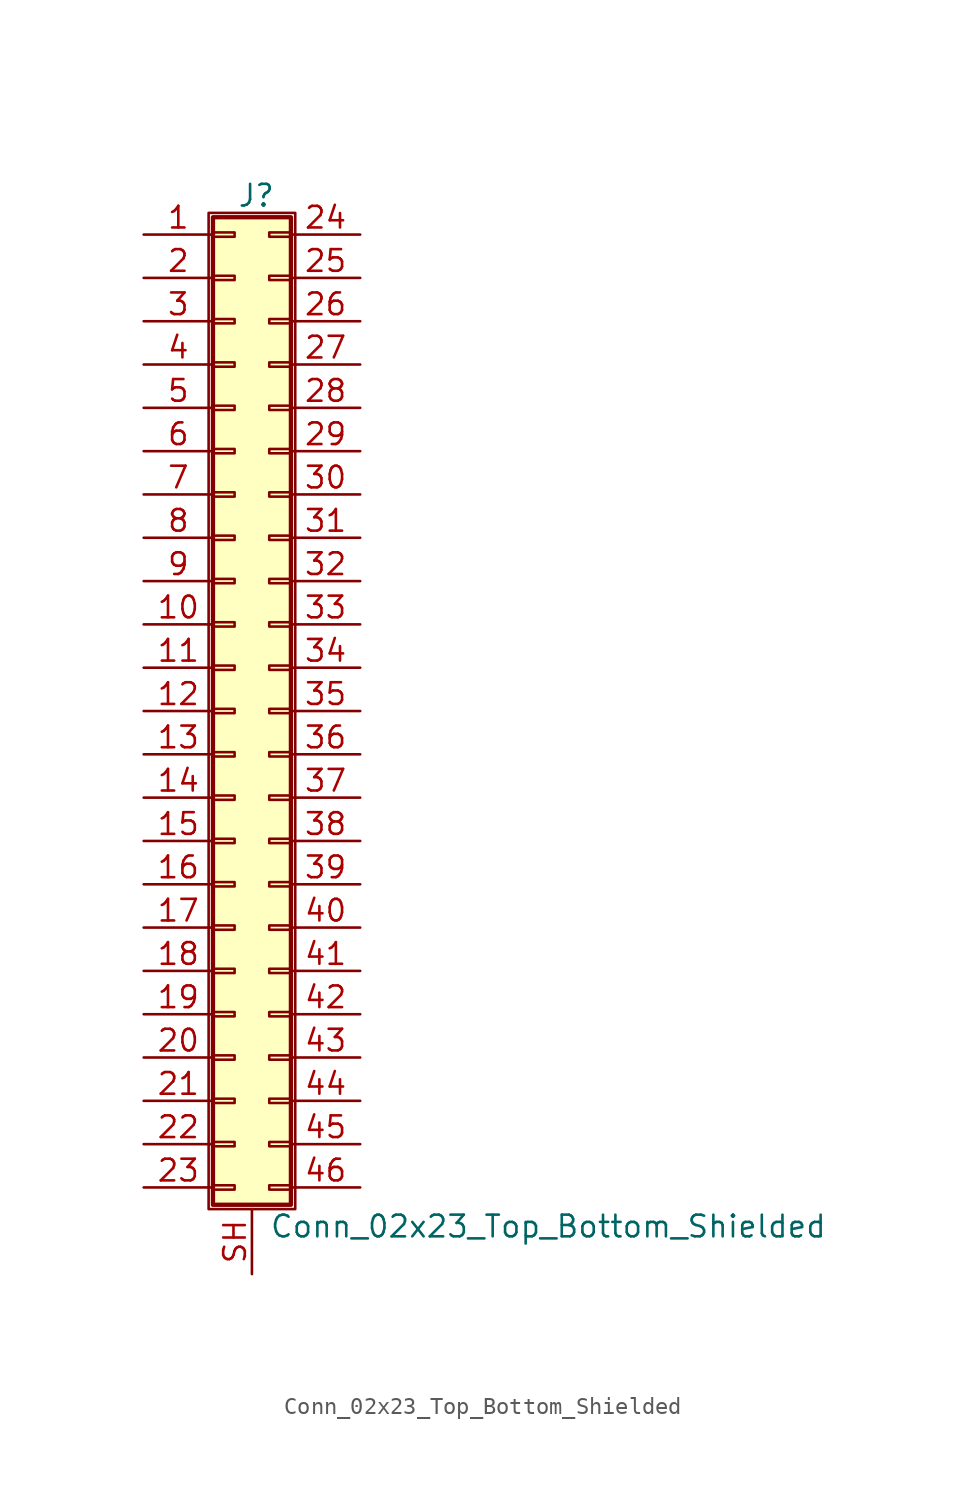
<source format=kicad_sym>
(kicad_symbol_lib
  (version 20201005)
  (generator kicad_symbol_editor)
  (symbol "Connector_Generic_Shielded:Conn_02x23_Top_Bottom_Shielded"
    (pin_names
      (offset 1.016) hide)
    (property "Reference" "J"
      (at 1.524 30.226 0)
      (effects (font (size 1.27 1.27))))
    (property "Value" "Conn_02x23_Top_Bottom_Shielded"
      (at 2.286 -30.226 0)
      (effects (font (size 1.27 1.27)) (justify left)))
    (symbol "Conn_02x23_Top_Bottom_Shielded_1_1"
      (rectangle (start -1.016 -27.813) (end 0.254 -28.067) (stroke (width 0.152)) (fill (type none)))
      (rectangle (start -1.016 -4.953) (end 0.254 -5.207) (stroke (width 0.152)) (fill (type none)))
      (rectangle (start -1.016 -7.493) (end 0.254 -7.747) (stroke (width 0.152)) (fill (type none)))
      (rectangle (start -1.016 -10.033) (end 0.254 -10.287) (stroke (width 0.152)) (fill (type none)))
      (rectangle (start -1.016 -12.573) (end 0.254 -12.827) (stroke (width 0.152)) (fill (type none)))
      (rectangle (start -1.016 -15.113) (end 0.254 -15.367) (stroke (width 0.152)) (fill (type none)))
      (rectangle (start -1.016 -17.653) (end 0.254 -17.907) (stroke (width 0.152)) (fill (type none)))
      (rectangle (start -1.016 -20.193) (end 0.254 -20.447) (stroke (width 0.152)) (fill (type none)))
      (rectangle (start -1.016 -22.733) (end 0.254 -22.987) (stroke (width 0.152)) (fill (type none)))
      (rectangle (start -1.016 -2.413) (end 0.254 -2.667) (stroke (width 0.152)) (fill (type none)))
      (rectangle (start -1.016 -25.273) (end 0.254 -25.527) (stroke (width 0.152)) (fill (type none)))
      (rectangle (start -1.016 25.527) (end 0.254 25.273) (stroke (width 0.152)) (fill (type none)))
      (rectangle (start -1.016 2.667) (end 0.254 2.413) (stroke (width 0.152)) (fill (type none)))
      (rectangle (start -1.016 28.067) (end 0.254 27.813) (stroke (width 0.152)) (fill (type none)))
      (rectangle (start -1.016 28.956) (end 3.556 -28.956) (stroke (width 0.254)) (fill (type background)))
      (rectangle (start -1.016 5.207) (end 0.254 4.953) (stroke (width 0.152)) (fill (type none)))
      (rectangle (start -1.016 7.747) (end 0.254 7.493) (stroke (width 0.152)) (fill (type none)))
      (rectangle (start -1.016 10.287) (end 0.254 10.033) (stroke (width 0.152)) (fill (type none)))
      (rectangle (start -1.016 0.127) (end 0.254 -0.127) (stroke (width 0.152)) (fill (type none)))
      (rectangle (start -1.016 12.827) (end 0.254 12.573) (stroke (width 0.152)) (fill (type none)))
      (rectangle (start -1.016 15.367) (end 0.254 15.113) (stroke (width 0.152)) (fill (type none)))
      (rectangle (start -1.016 17.907) (end 0.254 17.653) (stroke (width 0.152)) (fill (type none)))
      (rectangle (start -1.016 20.447) (end 0.254 20.193) (stroke (width 0.152)) (fill (type none)))
      (rectangle (start -1.016 22.987) (end 0.254 22.733) (stroke (width 0.152)) (fill (type none)))
      (rectangle (start -1.27 29.21) (end 3.81 -29.21) (stroke (width 0.152)) (fill (type none)))
      (rectangle (start 3.556 -27.813) (end 2.286 -28.067) (stroke (width 0.152)) (fill (type none)))
      (rectangle (start 3.556 -4.953) (end 2.286 -5.207) (stroke (width 0.152)) (fill (type none)))
      (rectangle (start 3.556 -7.493) (end 2.286 -7.747) (stroke (width 0.152)) (fill (type none)))
      (rectangle (start 3.556 -10.033) (end 2.286 -10.287) (stroke (width 0.152)) (fill (type none)))
      (rectangle (start 3.556 -12.573) (end 2.286 -12.827) (stroke (width 0.152)) (fill (type none)))
      (rectangle (start 3.556 -15.113) (end 2.286 -15.367) (stroke (width 0.152)) (fill (type none)))
      (rectangle (start 3.556 -17.653) (end 2.286 -17.907) (stroke (width 0.152)) (fill (type none)))
      (rectangle (start 3.556 -20.193) (end 2.286 -20.447) (stroke (width 0.152)) (fill (type none)))
      (rectangle (start 3.556 -22.733) (end 2.286 -22.987) (stroke (width 0.152)) (fill (type none)))
      (rectangle (start 3.556 -2.413) (end 2.286 -2.667) (stroke (width 0.152)) (fill (type none)))
      (rectangle (start 3.556 -25.273) (end 2.286 -25.527) (stroke (width 0.152)) (fill (type none)))
      (rectangle (start 3.556 25.527) (end 2.286 25.273) (stroke (width 0.152)) (fill (type none)))
      (rectangle (start 3.556 2.667) (end 2.286 2.413) (stroke (width 0.152)) (fill (type none)))
      (rectangle (start 3.556 28.067) (end 2.286 27.813) (stroke (width 0.152)) (fill (type none)))
      (rectangle (start 3.556 5.207) (end 2.286 4.953) (stroke (width 0.152)) (fill (type none)))
      (rectangle (start 3.556 7.747) (end 2.286 7.493) (stroke (width 0.152)) (fill (type none)))
      (rectangle (start 3.556 10.287) (end 2.286 10.033) (stroke (width 0.152)) (fill (type none)))
      (rectangle (start 3.556 0.127) (end 2.286 -0.127) (stroke (width 0.152)) (fill (type none)))
      (rectangle (start 3.556 12.827) (end 2.286 12.573) (stroke (width 0.152)) (fill (type none)))
      (rectangle (start 3.556 15.367) (end 2.286 15.113) (stroke (width 0.152)) (fill (type none)))
      (rectangle (start 3.556 17.907) (end 2.286 17.653) (stroke (width 0.152)) (fill (type none)))
      (rectangle (start 3.556 20.447) (end 2.286 20.193) (stroke (width 0.152)) (fill (type none)))
      (rectangle (start 3.556 22.987) (end 2.286 22.733) (stroke (width 0.152)) (fill (type none)))
      (pin passive line (at -5.08 27.94 0) (length 4.064) (name "Pin_1" (effects (font (size 1.27 1.27)))) (number "1" (effects (font (size 1.27 1.27)))))
      (pin passive line (at -5.08 5.08 0) (length 4.064) (name "Pin_10" (effects (font (size 1.27 1.27)))) (number "10" (effects (font (size 1.27 1.27)))))
      (pin passive line (at -5.08 2.54 0) (length 4.064) (name "Pin_11" (effects (font (size 1.27 1.27)))) (number "11" (effects (font (size 1.27 1.27)))))
      (pin passive line (at -5.08 0 0) (length 4.064) (name "Pin_12" (effects (font (size 1.27 1.27)))) (number "12" (effects (font (size 1.27 1.27)))))
      (pin passive line (at -5.08 -2.54 0) (length 4.064) (name "Pin_13" (effects (font (size 1.27 1.27)))) (number "13" (effects (font (size 1.27 1.27)))))
      (pin passive line (at -5.08 -5.08 0) (length 4.064) (name "Pin_14" (effects (font (size 1.27 1.27)))) (number "14" (effects (font (size 1.27 1.27)))))
      (pin passive line (at -5.08 -7.62 0) (length 4.064) (name "Pin_15" (effects (font (size 1.27 1.27)))) (number "15" (effects (font (size 1.27 1.27)))))
      (pin passive line (at -5.08 -10.16 0) (length 4.064) (name "Pin_16" (effects (font (size 1.27 1.27)))) (number "16" (effects (font (size 1.27 1.27)))))
      (pin passive line (at -5.08 -12.7 0) (length 4.064) (name "Pin_17" (effects (font (size 1.27 1.27)))) (number "17" (effects (font (size 1.27 1.27)))))
      (pin passive line (at -5.08 -15.24 0) (length 4.064) (name "Pin_18" (effects (font (size 1.27 1.27)))) (number "18" (effects (font (size 1.27 1.27)))))
      (pin passive line (at -5.08 -17.78 0) (length 4.064) (name "Pin_19" (effects (font (size 1.27 1.27)))) (number "19" (effects (font (size 1.27 1.27)))))
      (pin passive line (at -5.08 25.4 0) (length 4.064) (name "Pin_2" (effects (font (size 1.27 1.27)))) (number "2" (effects (font (size 1.27 1.27)))))
      (pin passive line (at -5.08 -20.32 0) (length 4.064) (name "Pin_20" (effects (font (size 1.27 1.27)))) (number "20" (effects (font (size 1.27 1.27)))))
      (pin passive line (at -5.08 -22.86 0) (length 4.064) (name "Pin_21" (effects (font (size 1.27 1.27)))) (number "21" (effects (font (size 1.27 1.27)))))
      (pin passive line (at -5.08 -25.4 0) (length 4.064) (name "Pin_22" (effects (font (size 1.27 1.27)))) (number "22" (effects (font (size 1.27 1.27)))))
      (pin passive line (at -5.08 -27.94 0) (length 4.064) (name "Pin_23" (effects (font (size 1.27 1.27)))) (number "23" (effects (font (size 1.27 1.27)))))
      (pin passive line (at 7.62 27.94 180) (length 4.064) (name "Pin_24" (effects (font (size 1.27 1.27)))) (number "24" (effects (font (size 1.27 1.27)))))
      (pin passive line (at 7.62 25.4 180) (length 4.064) (name "Pin_25" (effects (font (size 1.27 1.27)))) (number "25" (effects (font (size 1.27 1.27)))))
      (pin passive line (at 7.62 22.86 180) (length 4.064) (name "Pin_26" (effects (font (size 1.27 1.27)))) (number "26" (effects (font (size 1.27 1.27)))))
      (pin passive line (at 7.62 20.32 180) (length 4.064) (name "Pin_27" (effects (font (size 1.27 1.27)))) (number "27" (effects (font (size 1.27 1.27)))))
      (pin passive line (at 7.62 17.78 180) (length 4.064) (name "Pin_28" (effects (font (size 1.27 1.27)))) (number "28" (effects (font (size 1.27 1.27)))))
      (pin passive line (at 7.62 15.24 180) (length 4.064) (name "Pin_29" (effects (font (size 1.27 1.27)))) (number "29" (effects (font (size 1.27 1.27)))))
      (pin passive line (at -5.08 22.86 0) (length 4.064) (name "Pin_3" (effects (font (size 1.27 1.27)))) (number "3" (effects (font (size 1.27 1.27)))))
      (pin passive line (at 7.62 12.7 180) (length 4.064) (name "Pin_30" (effects (font (size 1.27 1.27)))) (number "30" (effects (font (size 1.27 1.27)))))
      (pin passive line (at 7.62 10.16 180) (length 4.064) (name "Pin_31" (effects (font (size 1.27 1.27)))) (number "31" (effects (font (size 1.27 1.27)))))
      (pin passive line (at 7.62 7.62 180) (length 4.064) (name "Pin_32" (effects (font (size 1.27 1.27)))) (number "32" (effects (font (size 1.27 1.27)))))
      (pin passive line (at 7.62 5.08 180) (length 4.064) (name "Pin_33" (effects (font (size 1.27 1.27)))) (number "33" (effects (font (size 1.27 1.27)))))
      (pin passive line (at 7.62 2.54 180) (length 4.064) (name "Pin_34" (effects (font (size 1.27 1.27)))) (number "34" (effects (font (size 1.27 1.27)))))
      (pin passive line (at 7.62 0 180) (length 4.064) (name "Pin_35" (effects (font (size 1.27 1.27)))) (number "35" (effects (font (size 1.27 1.27)))))
      (pin passive line (at 7.62 -2.54 180) (length 4.064) (name "Pin_36" (effects (font (size 1.27 1.27)))) (number "36" (effects (font (size 1.27 1.27)))))
      (pin passive line (at 7.62 -5.08 180) (length 4.064) (name "Pin_37" (effects (font (size 1.27 1.27)))) (number "37" (effects (font (size 1.27 1.27)))))
      (pin passive line (at 7.62 -7.62 180) (length 4.064) (name "Pin_38" (effects (font (size 1.27 1.27)))) (number "38" (effects (font (size 1.27 1.27)))))
      (pin passive line (at 7.62 -10.16 180) (length 4.064) (name "Pin_39" (effects (font (size 1.27 1.27)))) (number "39" (effects (font (size 1.27 1.27)))))
      (pin passive line (at -5.08 20.32 0) (length 4.064) (name "Pin_4" (effects (font (size 1.27 1.27)))) (number "4" (effects (font (size 1.27 1.27)))))
      (pin passive line (at 7.62 -12.7 180) (length 4.064) (name "Pin_40" (effects (font (size 1.27 1.27)))) (number "40" (effects (font (size 1.27 1.27)))))
      (pin passive line (at 7.62 -15.24 180) (length 4.064) (name "Pin_41" (effects (font (size 1.27 1.27)))) (number "41" (effects (font (size 1.27 1.27)))))
      (pin passive line (at 7.62 -17.78 180) (length 4.064) (name "Pin_42" (effects (font (size 1.27 1.27)))) (number "42" (effects (font (size 1.27 1.27)))))
      (pin passive line (at 7.62 -20.32 180) (length 4.064) (name "Pin_43" (effects (font (size 1.27 1.27)))) (number "43" (effects (font (size 1.27 1.27)))))
      (pin passive line (at 7.62 -22.86 180) (length 4.064) (name "Pin_44" (effects (font (size 1.27 1.27)))) (number "44" (effects (font (size 1.27 1.27)))))
      (pin passive line (at 7.62 -25.4 180) (length 4.064) (name "Pin_45" (effects (font (size 1.27 1.27)))) (number "45" (effects (font (size 1.27 1.27)))))
      (pin passive line (at 7.62 -27.94 180) (length 4.064) (name "Pin_46" (effects (font (size 1.27 1.27)))) (number "46" (effects (font (size 1.27 1.27)))))
      (pin passive line (at -5.08 17.78 0) (length 4.064) (name "Pin_5" (effects (font (size 1.27 1.27)))) (number "5" (effects (font (size 1.27 1.27)))))
      (pin passive line (at -5.08 15.24 0) (length 4.064) (name "Pin_6" (effects (font (size 1.27 1.27)))) (number "6" (effects (font (size 1.27 1.27)))))
      (pin passive line (at -5.08 12.7 0) (length 4.064) (name "Pin_7" (effects (font (size 1.27 1.27)))) (number "7" (effects (font (size 1.27 1.27)))))
      (pin passive line (at -5.08 10.16 0) (length 4.064) (name "Pin_8" (effects (font (size 1.27 1.27)))) (number "8" (effects (font (size 1.27 1.27)))))
      (pin passive line (at -5.08 7.62 0) (length 4.064) (name "Pin_9" (effects (font (size 1.27 1.27)))) (number "9" (effects (font (size 1.27 1.27)))))
      (pin passive line (at 1.27 -33.02 90) (length 3.81) (name "Shield" (effects (font (size 1.27 1.27)))) (number "SH" (effects (font (size 1.27 1.27))))))))
</source>
